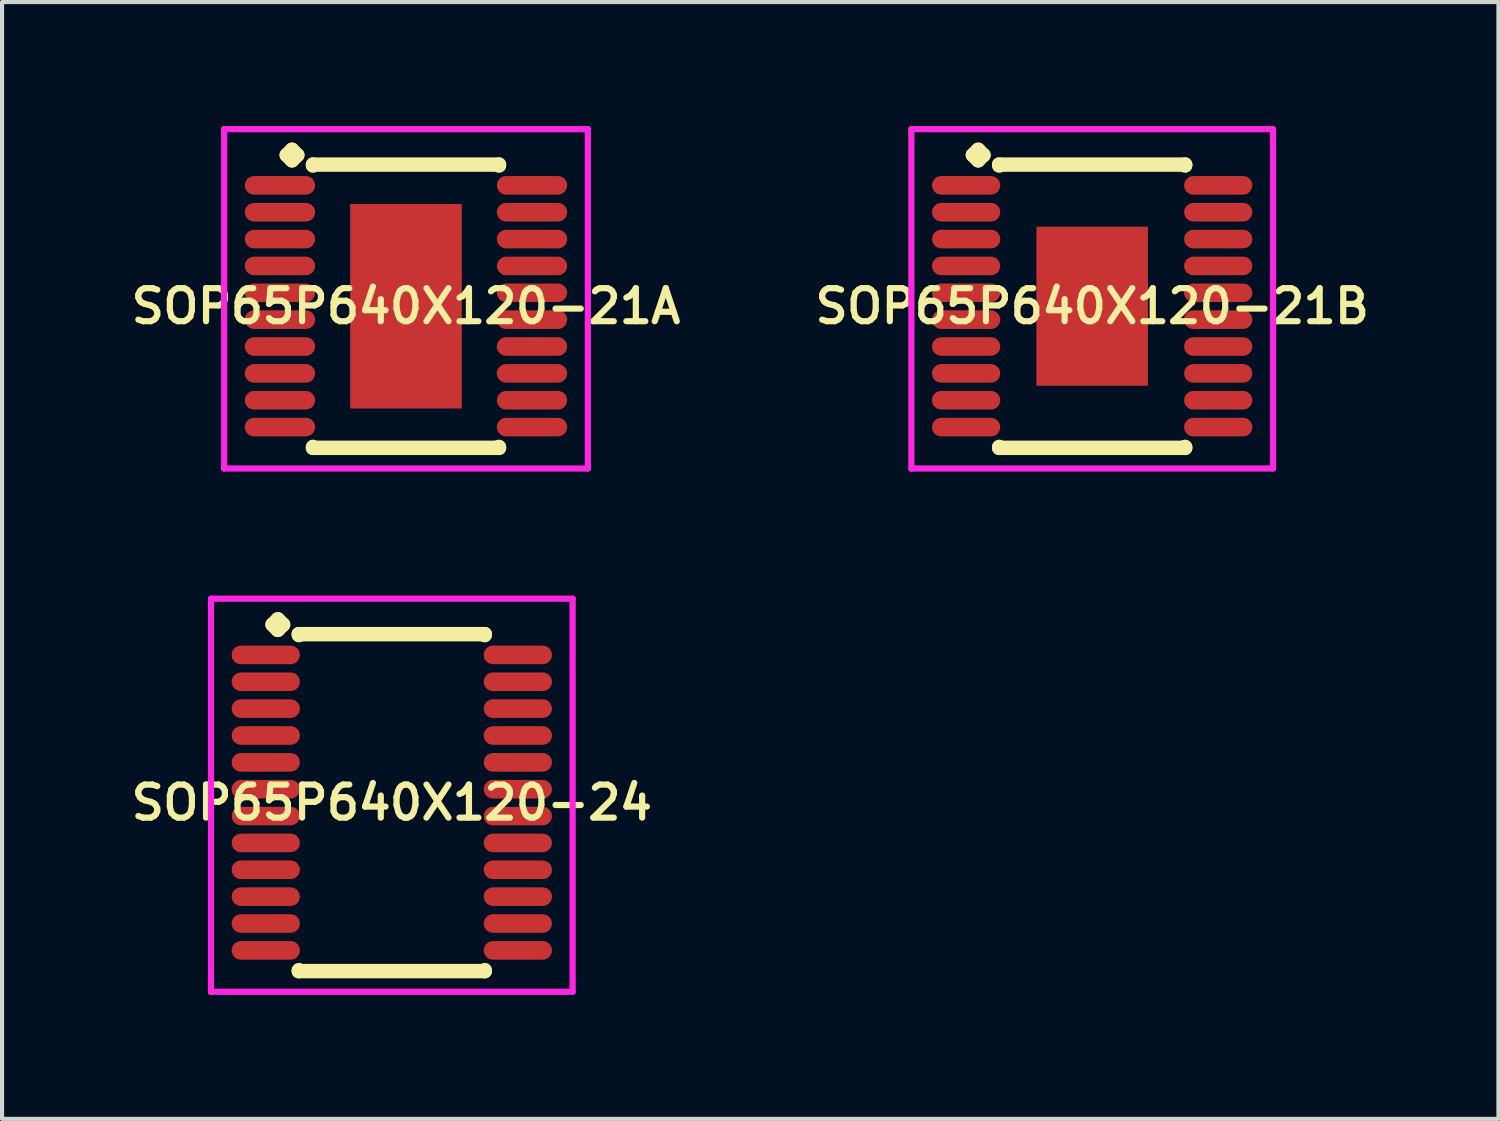
<source format=kicad_pcb>
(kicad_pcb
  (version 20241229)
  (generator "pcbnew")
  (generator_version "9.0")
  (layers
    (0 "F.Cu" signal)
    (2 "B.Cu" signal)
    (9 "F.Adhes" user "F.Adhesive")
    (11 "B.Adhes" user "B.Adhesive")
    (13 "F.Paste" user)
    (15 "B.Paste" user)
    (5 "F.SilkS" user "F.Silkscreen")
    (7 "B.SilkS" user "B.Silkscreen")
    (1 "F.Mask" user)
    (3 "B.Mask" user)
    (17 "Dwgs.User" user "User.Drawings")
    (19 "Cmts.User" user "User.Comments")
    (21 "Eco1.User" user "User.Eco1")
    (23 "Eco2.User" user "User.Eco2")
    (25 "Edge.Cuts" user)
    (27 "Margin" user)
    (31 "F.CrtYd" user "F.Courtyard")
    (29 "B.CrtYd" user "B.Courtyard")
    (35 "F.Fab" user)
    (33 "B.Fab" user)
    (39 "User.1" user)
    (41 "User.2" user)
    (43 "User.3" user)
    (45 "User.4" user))
  (footprint "SOP65P640X120-21B"
    (layer "F.Cu")
    (at 23.378 4.36)
    (property "Reference" "SOP65P640X120-21B" (at 0 0 0) (layer "F.SilkS") (effects (font (size 0.8 0.8) (thickness 0.15))))
    (attr smd)
    (fp_line (start -2.885 -3.658) (end -2.758 -3.785) (stroke (width 0.35) (type solid)) (layer "F.SilkS"))
    (fp_line (start -2.758 -3.785) (end -2.631 -3.658) (stroke (width 0.35) (type solid)) (layer "F.SilkS"))
    (fp_line (start -2.758 -3.531) (end -2.885 -3.658) (stroke (width 0.35) (type solid)) (layer "F.SilkS"))
    (fp_line (start -2.631 -3.658) (end -2.758 -3.531) (stroke (width 0.35) (type solid)) (layer "F.SilkS"))
    (fp_line (start -2.25 -3.427) (end 2.25 -3.427) (stroke (width 0.35) (type solid)) (layer "F.SilkS"))
    (fp_line (start -2.25 -3.404) (end -2.25 -3.427) (stroke (width 0.35) (type solid)) (layer "F.SilkS"))
    (fp_line (start -2.25 3.404) (end -2.25 3.427) (stroke (width 0.35) (type solid)) (layer "F.SilkS"))
    (fp_line (start -2.25 3.427) (end 2.25 3.427) (stroke (width 0.35) (type solid)) (layer "F.SilkS"))
    (fp_line (start 2.25 -3.427) (end 2.25 -3.404) (stroke (width 0.35) (type solid)) (layer "F.SilkS"))
    (fp_line (start 2.25 3.427) (end 2.25 3.404) (stroke (width 0.35) (type solid)) (layer "F.SilkS"))
    (fp_line (start -4.375 -4.285) (end 4.375 -4.285) (stroke (width 0.15) (type solid)) (layer "F.CrtYd"))
    (fp_line (start -4.375 3.927) (end -4.375 -4.285) (stroke (width 0.15) (type solid)) (layer "F.CrtYd"))
    (fp_line (start 4.375 -4.285) (end 4.375 3.927) (stroke (width 0.15) (type solid)) (layer "F.CrtYd"))
    (fp_line (start 4.375 3.927) (end -4.375 3.927) (stroke (width 0.15) (type solid)) (layer "F.CrtYd"))
    (pad "1" smd oval (at -3.05 -2.925) (size 1.65 0.45) (layers "F.Cu" "F.Mask" "F.Paste"))
    (pad "2" smd oval (at -3.05 -2.275) (size 1.65 0.45) (layers "F.Cu" "F.Mask" "F.Paste"))
    (pad "3" smd oval (at -3.05 -1.625) (size 1.65 0.45) (layers "F.Cu" "F.Mask" "F.Paste"))
    (pad "4" smd oval (at -3.05 -0.975) (size 1.65 0.45) (layers "F.Cu" "F.Mask" "F.Paste"))
    (pad "5" smd oval (at -3.05 -0.325) (size 1.65 0.45) (layers "F.Cu" "F.Mask" "F.Paste"))
    (pad "6" smd oval (at -3.05 0.325) (size 1.65 0.45) (layers "F.Cu" "F.Mask" "F.Paste"))
    (pad "7" smd oval (at -3.05 0.975) (size 1.65 0.45) (layers "F.Cu" "F.Mask" "F.Paste"))
    (pad "8" smd oval (at -3.05 1.625) (size 1.65 0.45) (layers "F.Cu" "F.Mask" "F.Paste"))
    (pad "9" smd oval (at -3.05 2.275) (size 1.65 0.45) (layers "F.Cu" "F.Mask" "F.Paste"))
    (pad "10" smd oval (at -3.05 2.925) (size 1.65 0.45) (layers "F.Cu" "F.Mask" "F.Paste"))
    (pad "11" smd oval (at 3.05 2.925) (size 1.65 0.45) (layers "F.Cu" "F.Mask" "F.Paste"))
    (pad "12" smd oval (at 3.05 2.275) (size 1.65 0.45) (layers "F.Cu" "F.Mask" "F.Paste"))
    (pad "13" smd oval (at 3.05 1.625) (size 1.65 0.45) (layers "F.Cu" "F.Mask" "F.Paste"))
    (pad "14" smd oval (at 3.05 0.975) (size 1.65 0.45) (layers "F.Cu" "F.Mask" "F.Paste"))
    (pad "15" smd oval (at 3.05 0.325) (size 1.65 0.45) (layers "F.Cu" "F.Mask" "F.Paste"))
    (pad "16" smd oval (at 3.05 -0.325) (size 1.65 0.45) (layers "F.Cu" "F.Mask" "F.Paste"))
    (pad "17" smd oval (at 3.05 -0.975) (size 1.65 0.45) (layers "F.Cu" "F.Mask" "F.Paste"))
    (pad "18" smd oval (at 3.05 -1.625) (size 1.65 0.45) (layers "F.Cu" "F.Mask" "F.Paste"))
    (pad "19" smd oval (at 3.05 -2.275) (size 1.65 0.45) (layers "F.Cu" "F.Mask" "F.Paste"))
    (pad "20" smd oval (at 3.05 -2.925) (size 1.65 0.45) (layers "F.Cu" "F.Mask" "F.Paste"))
    (pad "21" smd rect (at 0 0) (size 2.7 3.85) (layers "F.Cu" "F.Mask" "F.Paste")))
  (footprint "SOP65P640X120-21A"
    (layer "F.Cu")
    (at 6.774 4.36)
    (property "Reference" "SOP65P640X120-21A" (at 0 0 0) (layer "F.SilkS") (effects (font (size 0.8 0.8) (thickness 0.15))))
    (attr through_hole)
    (fp_line (start -2.885 -3.658) (end -2.758 -3.785) (stroke (width 0.35) (type solid)) (layer "F.SilkS"))
    (fp_line (start -2.758 -3.785) (end -2.631 -3.658) (stroke (width 0.35) (type solid)) (layer "F.SilkS"))
    (fp_line (start -2.758 -3.531) (end -2.885 -3.658) (stroke (width 0.35) (type solid)) (layer "F.SilkS"))
    (fp_line (start -2.631 -3.658) (end -2.758 -3.531) (stroke (width 0.35) (type solid)) (layer "F.SilkS"))
    (fp_line (start -2.25 -3.427) (end 2.25 -3.427) (stroke (width 0.35) (type solid)) (layer "F.SilkS"))
    (fp_line (start -2.25 -3.404) (end -2.25 -3.427) (stroke (width 0.35) (type solid)) (layer "F.SilkS"))
    (fp_line (start -2.25 3.404) (end -2.25 3.427) (stroke (width 0.35) (type solid)) (layer "F.SilkS"))
    (fp_line (start -2.25 3.427) (end 2.25 3.427) (stroke (width 0.35) (type solid)) (layer "F.SilkS"))
    (fp_line (start 2.25 -3.427) (end 2.25 -3.404) (stroke (width 0.35) (type solid)) (layer "F.SilkS"))
    (fp_line (start 2.25 3.427) (end 2.25 3.404) (stroke (width 0.35) (type solid)) (layer "F.SilkS"))
    (fp_line (start -4.4 -4.285) (end 4.4 -4.285) (stroke (width 0.15) (type solid)) (layer "F.CrtYd"))
    (fp_line (start -4.4 3.927) (end -4.4 -4.285) (stroke (width 0.15) (type solid)) (layer "F.CrtYd"))
    (fp_line (start 4.4 -4.285) (end 4.4 3.927) (stroke (width 0.15) (type solid)) (layer "F.CrtYd"))
    (fp_line (start 4.4 3.927) (end -4.4 3.927) (stroke (width 0.15) (type solid)) (layer "F.CrtYd"))
    (pad "1" smd oval (at -3.05 -2.925) (size 1.7 0.45) (layers "F.Cu" "F.Mask" "F.Paste"))
    (pad "2" smd oval (at -3.05 -2.275) (size 1.7 0.45) (layers "F.Cu" "F.Mask" "F.Paste"))
    (pad "3" smd oval (at -3.05 -1.625) (size 1.7 0.45) (layers "F.Cu" "F.Mask" "F.Paste"))
    (pad "4" smd oval (at -3.05 -0.975) (size 1.7 0.45) (layers "F.Cu" "F.Mask" "F.Paste"))
    (pad "5" smd oval (at -3.05 -0.325) (size 1.7 0.45) (layers "F.Cu" "F.Mask" "F.Paste"))
    (pad "6" smd oval (at -3.05 0.325) (size 1.7 0.45) (layers "F.Cu" "F.Mask" "F.Paste"))
    (pad "7" smd oval (at -3.05 0.975) (size 1.7 0.45) (layers "F.Cu" "F.Mask" "F.Paste"))
    (pad "8" smd oval (at -3.05 1.625) (size 1.7 0.45) (layers "F.Cu" "F.Mask" "F.Paste"))
    (pad "9" smd oval (at -3.05 2.275) (size 1.7 0.45) (layers "F.Cu" "F.Mask" "F.Paste"))
    (pad "10" smd oval (at -3.05 2.925) (size 1.7 0.45) (layers "F.Cu" "F.Mask" "F.Paste"))
    (pad "11" smd oval (at 3.05 2.925) (size 1.7 0.45) (layers "F.Cu" "F.Mask" "F.Paste"))
    (pad "12" smd oval (at 3.05 2.275) (size 1.7 0.45) (layers "F.Cu" "F.Mask" "F.Paste"))
    (pad "13" smd oval (at 3.05 1.625) (size 1.7 0.45) (layers "F.Cu" "F.Mask" "F.Paste"))
    (pad "14" smd oval (at 3.05 0.975) (size 1.7 0.45) (layers "F.Cu" "F.Mask" "F.Paste"))
    (pad "15" smd oval (at 3.05 0.325) (size 1.7 0.45) (layers "F.Cu" "F.Mask" "F.Paste"))
    (pad "16" smd oval (at 3.05 -0.325) (size 1.7 0.45) (layers "F.Cu" "F.Mask" "F.Paste"))
    (pad "17" smd oval (at 3.05 -0.975) (size 1.7 0.45) (layers "F.Cu" "F.Mask" "F.Paste"))
    (pad "18" smd oval (at 3.05 -1.625) (size 1.7 0.45) (layers "F.Cu" "F.Mask" "F.Paste"))
    (pad "19" smd oval (at 3.05 -2.275) (size 1.7 0.45) (layers "F.Cu" "F.Mask" "F.Paste"))
    (pad "20" smd oval (at 3.05 -2.925) (size 1.7 0.45) (layers "F.Cu" "F.Mask" "F.Paste"))
    (pad "21" smd rect (at 0 0) (size 2.7 4.95) (layers "F.Cu" "F.Mask" "F.Paste")))
  (footprint "SOP65P640X120-24"
    (layer "F.Cu")
    (at 6.431 16.372)
    (property "Reference" "SOP65P640X120-24" (at 0 0 0) (layer "F.SilkS") (effects (font (size 0.8 0.8) (thickness 0.15))))
    (attr smd)
    (fp_line (start -2.885 -4.308) (end -2.758 -4.435) (stroke (width 0.35) (type solid)) (layer "F.SilkS"))
    (fp_line (start -2.758 -4.435) (end -2.631 -4.308) (stroke (width 0.35) (type solid)) (layer "F.SilkS"))
    (fp_line (start -2.758 -4.181) (end -2.885 -4.308) (stroke (width 0.35) (type solid)) (layer "F.SilkS"))
    (fp_line (start -2.631 -4.308) (end -2.758 -4.181) (stroke (width 0.35) (type solid)) (layer "F.SilkS"))
    (fp_line (start -2.25 -4.077) (end 2.25 -4.077) (stroke (width 0.35) (type solid)) (layer "F.SilkS"))
    (fp_line (start -2.25 -4.054) (end -2.25 -4.077) (stroke (width 0.35) (type solid)) (layer "F.SilkS"))
    (fp_line (start -2.25 4.054) (end -2.25 4.077) (stroke (width 0.35) (type solid)) (layer "F.SilkS"))
    (fp_line (start -2.25 4.077) (end 2.25 4.077) (stroke (width 0.35) (type solid)) (layer "F.SilkS"))
    (fp_line (start 2.25 -4.077) (end 2.25 -4.054) (stroke (width 0.35) (type solid)) (layer "F.SilkS"))
    (fp_line (start 2.25 4.077) (end 2.25 4.054) (stroke (width 0.35) (type solid)) (layer "F.SilkS"))
    (fp_line (start -4.375 -4.935) (end 4.375 -4.935) (stroke (width 0.15) (type solid)) (layer "F.CrtYd"))
    (fp_line (start -4.375 4.577) (end -4.375 -4.935) (stroke (width 0.15) (type solid)) (layer "F.CrtYd"))
    (fp_line (start 4.375 -4.935) (end 4.375 4.577) (stroke (width 0.15) (type solid)) (layer "F.CrtYd"))
    (fp_line (start 4.375 4.577) (end -4.375 4.577) (stroke (width 0.15) (type solid)) (layer "F.CrtYd"))
    (pad "1" smd oval (at -3.05 -3.575) (size 1.65 0.45) (layers "F.Cu" "F.Mask" "F.Paste"))
    (pad "2" smd oval (at -3.05 -2.925) (size 1.65 0.45) (layers "F.Cu" "F.Mask" "F.Paste"))
    (pad "3" smd oval (at -3.05 -2.275) (size 1.65 0.45) (layers "F.Cu" "F.Mask" "F.Paste"))
    (pad "4" smd oval (at -3.05 -1.625) (size 1.65 0.45) (layers "F.Cu" "F.Mask" "F.Paste"))
    (pad "5" smd oval (at -3.05 -0.975) (size 1.65 0.45) (layers "F.Cu" "F.Mask" "F.Paste"))
    (pad "6" smd oval (at -3.05 -0.325) (size 1.65 0.45) (layers "F.Cu" "F.Mask" "F.Paste"))
    (pad "7" smd oval (at -3.05 0.325) (size 1.65 0.45) (layers "F.Cu" "F.Mask" "F.Paste"))
    (pad "8" smd oval (at -3.05 0.975) (size 1.65 0.45) (layers "F.Cu" "F.Mask" "F.Paste"))
    (pad "9" smd oval (at -3.05 1.625) (size 1.65 0.45) (layers "F.Cu" "F.Mask" "F.Paste"))
    (pad "10" smd oval (at -3.05 2.275) (size 1.65 0.45) (layers "F.Cu" "F.Mask" "F.Paste"))
    (pad "11" smd oval (at -3.05 2.925) (size 1.65 0.45) (layers "F.Cu" "F.Mask" "F.Paste"))
    (pad "12" smd oval (at -3.05 3.575) (size 1.65 0.45) (layers "F.Cu" "F.Mask" "F.Paste"))
    (pad "13" smd oval (at 3.05 3.575) (size 1.65 0.45) (layers "F.Cu" "F.Mask" "F.Paste"))
    (pad "14" smd oval (at 3.05 2.925) (size 1.65 0.45) (layers "F.Cu" "F.Mask" "F.Paste"))
    (pad "15" smd oval (at 3.05 2.275) (size 1.65 0.45) (layers "F.Cu" "F.Mask" "F.Paste"))
    (pad "16" smd oval (at 3.05 1.625) (size 1.65 0.45) (layers "F.Cu" "F.Mask" "F.Paste"))
    (pad "17" smd oval (at 3.05 0.975) (size 1.65 0.45) (layers "F.Cu" "F.Mask" "F.Paste"))
    (pad "18" smd oval (at 3.05 0.325) (size 1.65 0.45) (layers "F.Cu" "F.Mask" "F.Paste"))
    (pad "19" smd oval (at 3.05 -0.325) (size 1.65 0.45) (layers "F.Cu" "F.Mask" "F.Paste"))
    (pad "20" smd oval (at 3.05 -0.975) (size 1.65 0.45) (layers "F.Cu" "F.Mask" "F.Paste"))
    (pad "21" smd oval (at 3.05 -1.625) (size 1.65 0.45) (layers "F.Cu" "F.Mask" "F.Paste"))
    (pad "22" smd oval (at 3.05 -2.275) (size 1.65 0.45) (layers "F.Cu" "F.Mask" "F.Paste"))
    (pad "23" smd oval (at 3.05 -2.925) (size 1.65 0.45) (layers "F.Cu" "F.Mask" "F.Paste"))
    (pad "24" smd oval (at 3.05 -3.575) (size 1.65 0.45) (layers "F.Cu" "F.Mask" "F.Paste")))
  (gr_rect
    (start -3 -3)
    (end 33.209 24.024)
    (stroke (width 0.1) (type default))
    (fill no)
    (layer "Edge.Cuts")))
</source>
